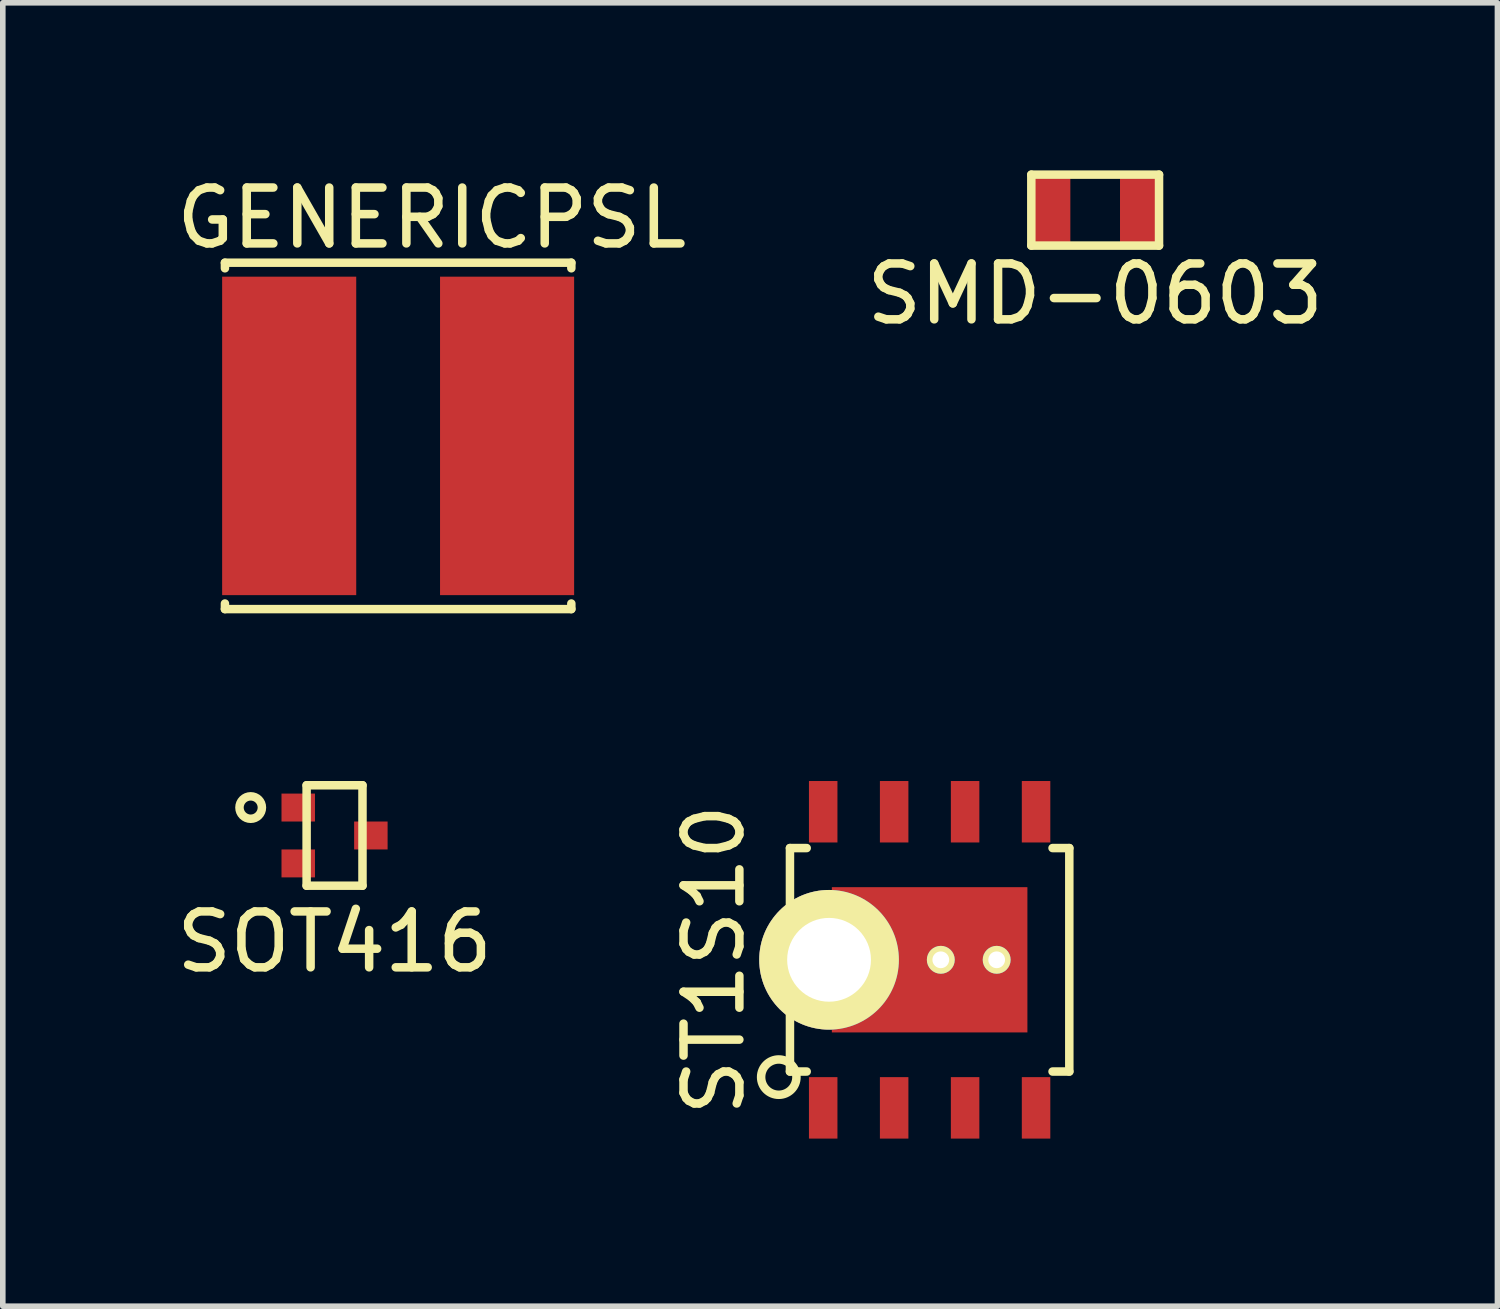
<source format=kicad_pcb>
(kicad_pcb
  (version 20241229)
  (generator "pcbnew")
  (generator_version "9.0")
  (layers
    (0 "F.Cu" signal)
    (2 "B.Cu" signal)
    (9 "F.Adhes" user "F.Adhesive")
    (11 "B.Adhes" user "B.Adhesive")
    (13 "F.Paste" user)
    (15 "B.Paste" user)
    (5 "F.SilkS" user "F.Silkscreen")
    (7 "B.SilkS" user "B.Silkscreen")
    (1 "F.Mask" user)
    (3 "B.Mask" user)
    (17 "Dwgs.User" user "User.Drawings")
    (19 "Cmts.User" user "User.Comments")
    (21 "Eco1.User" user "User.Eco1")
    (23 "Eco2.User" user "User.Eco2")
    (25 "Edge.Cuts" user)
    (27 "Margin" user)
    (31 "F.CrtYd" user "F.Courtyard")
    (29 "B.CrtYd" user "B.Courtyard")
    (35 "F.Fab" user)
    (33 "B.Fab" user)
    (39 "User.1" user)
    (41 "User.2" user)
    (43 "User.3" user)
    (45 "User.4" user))
  (footprint "SMD-0603"
    (layer "F.Cu")
    (at 16.552 0.711)
    (property "Reference" "SMD-0603" (at 0 1.5 0) (layer "F.SilkS") (effects (font (size 1 1) (thickness 0.152))))
    (attr smd)
    (fp_line (start -1.143 -0.635) (end 1.143 -0.635) (stroke (width 0.152) (type solid)) (layer "F.SilkS"))
    (fp_line (start -1.143 0.635) (end -1.143 -0.635) (stroke (width 0.152) (type solid)) (layer "F.SilkS"))
    (fp_line (start 1.143 -0.635) (end 1.143 0.635) (stroke (width 0.152) (type solid)) (layer "F.SilkS"))
    (fp_line (start 1.143 0.635) (end -1.143 0.635) (stroke (width 0.152) (type solid)) (layer "F.SilkS"))
    (pad "1" smd rect (at -0.762 0) (size 0.635 1.143) (layers "F.Cu" "F.Mask" "F.Paste"))
    (pad "2" smd rect (at 0.762 0) (size 0.635 1.143) (layers "F.Cu" "F.Mask" "F.Paste")))
  (footprint "ST1S10"
    (layer "F.Cu")
    (at 13.589 14.129)
    (property "Reference" "ST1S10" (at -3.86 0 90) (layer "F.SilkS") (effects (font (size 1 1) (thickness 0.152))))
    (attr through_hole)
    (fp_line (start -2.5 -2) (end -2.5 2) (stroke (width 0.152) (type solid)) (layer "F.SilkS"))
    (fp_line (start -2.5 2) (end -2.2 2) (stroke (width 0.152) (type solid)) (layer "F.SilkS"))
    (fp_line (start -2.2 -2) (end -2.5 -2) (stroke (width 0.152) (type solid)) (layer "F.SilkS"))
    (fp_line (start 2.2 2) (end 2.5 2) (stroke (width 0.152) (type solid)) (layer "F.SilkS"))
    (fp_line (start 2.5 -2) (end 2.2 -2) (stroke (width 0.152) (type solid)) (layer "F.SilkS"))
    (fp_line (start 2.5 2) (end 2.5 -2) (stroke (width 0.152) (type solid)) (layer "F.SilkS"))
    (fp_circle (center -2.7 2.1) (end -2.8 1.8) (stroke (width 0.152) (type solid)) (fill no) (layer "F.SilkS"))
    (pad "1" smd rect (at -1.905 2.65) (size 0.51 1.1) (layers "F.Cu" "F.Mask" "F.Paste"))
    (pad "2" smd rect (at -0.635 2.65) (size 0.51 1.1) (layers "F.Cu" "F.Mask" "F.Paste"))
    (pad "3" smd rect (at 0.635 2.65) (size 0.51 1.1) (layers "F.Cu" "F.Mask" "F.Paste"))
    (pad "4" smd rect (at 1.905 2.65) (size 0.51 1.1) (layers "F.Cu" "F.Mask" "F.Paste"))
    (pad "5" smd rect (at 1.905 -2.65) (size 0.51 1.1) (layers "F.Cu" "F.Mask" "F.Paste"))
    (pad "6" smd rect (at 0.635 -2.65) (size 0.51 1.1) (layers "F.Cu" "F.Mask" "F.Paste"))
    (pad "7" smd rect (at -0.635 -2.65) (size 0.51 1.1) (layers "F.Cu" "F.Mask" "F.Paste"))
    (pad "8" smd rect (at -1.905 -2.65) (size 0.51 1.1) (layers "F.Cu" "F.Mask" "F.Paste"))
    (pad "9" thru_hole circle (at -1.8 0) (size 2.5 2.5) (drill 1.5) (layers "*.Cu" "*.Mask" "F.SilkS"))
    (pad "9" smd rect (at 0 0) (size 3.5 2.6) (layers "F.Cu" "F.Mask" "F.Paste"))
    (pad "9" thru_hole circle (at 0.2 0) (size 0.5 0.5) (drill 0.3) (layers "*.Cu" "*.Mask" "F.SilkS"))
    (pad "9" thru_hole circle (at 1.2 0) (size 0.5 0.5) (drill 0.3) (layers "*.Cu" "*.Mask" "F.SilkS")))
  (footprint "GENERICPSL"
    (layer "F.Cu")
    (at 4.076 4.752)
    (property "Reference" "GENERICPSL" (at 0.6 -3.9 0) (layer "F.SilkS") (effects (font (size 1 1) (thickness 0.152))))
    (attr through_hole)
    (fp_line (start -3.1 -3.1) (end 3.1 -3.1) (stroke (width 0.152) (type solid)) (layer "F.SilkS"))
    (fp_line (start -3.1 -3) (end -3.1 -3.1) (stroke (width 0.152) (type solid)) (layer "F.SilkS"))
    (fp_line (start -3.1 3) (end -3.1 3.1) (stroke (width 0.152) (type solid)) (layer "F.SilkS"))
    (fp_line (start -3.1 3.1) (end 3.1 3.1) (stroke (width 0.152) (type solid)) (layer "F.SilkS"))
    (fp_line (start 3.1 -3.1) (end 3.1 -3) (stroke (width 0.152) (type solid)) (layer "F.SilkS"))
    (fp_line (start 3.1 3.1) (end 3.1 3) (stroke (width 0.152) (type solid)) (layer "F.SilkS"))
    (pad "1" smd rect (at -1.95 0) (size 2.4 5.7) (layers "F.Cu" "F.Mask" "F.Paste"))
    (pad "2" smd rect (at 1.95 0) (size 2.4 5.7) (layers "F.Cu" "F.Mask" "F.Paste")))
  (footprint "SOT416"
    (layer "F.Cu")
    (at 2.938 11.904)
    (property "Reference" "SOT416" (at 0 1.905 0) (layer "F.SilkS") (effects (font (size 1 1) (thickness 0.152))))
    (attr through_hole)
    (fp_line (start -0.5 -0.899) (end 0.5 -0.899) (stroke (width 0.152) (type solid)) (layer "F.SilkS"))
    (fp_line (start -0.5 0.899) (end -0.5 -0.899) (stroke (width 0.152) (type solid)) (layer "F.SilkS"))
    (fp_line (start 0.5 -0.899) (end 0.5 0.899) (stroke (width 0.152) (type solid)) (layer "F.SilkS"))
    (fp_line (start 0.5 0.899) (end -0.5 0.899) (stroke (width 0.152) (type solid)) (layer "F.SilkS"))
    (fp_circle (center -1.501 -0.5) (end -1.501 -0.701) (stroke (width 0.152) (type solid)) (fill no) (layer "F.SilkS"))
    (pad "1" smd rect (at -0.65 -0.5 270) (size 0.5 0.599) (layers "F.Cu" "F.Mask" "F.Paste"))
    (pad "2" smd rect (at -0.65 0.5 270) (size 0.5 0.599) (layers "F.Cu" "F.Mask" "F.Paste"))
    (pad "3" smd rect (at 0.65 0 270) (size 0.5 0.599) (layers "F.Cu" "F.Mask" "F.Paste")))
  (gr_rect
    (start -3 -3)
    (end 23.752 20.329)
    (stroke (width 0.1) (type default))
    (fill no)
    (layer "Edge.Cuts")))
</source>
